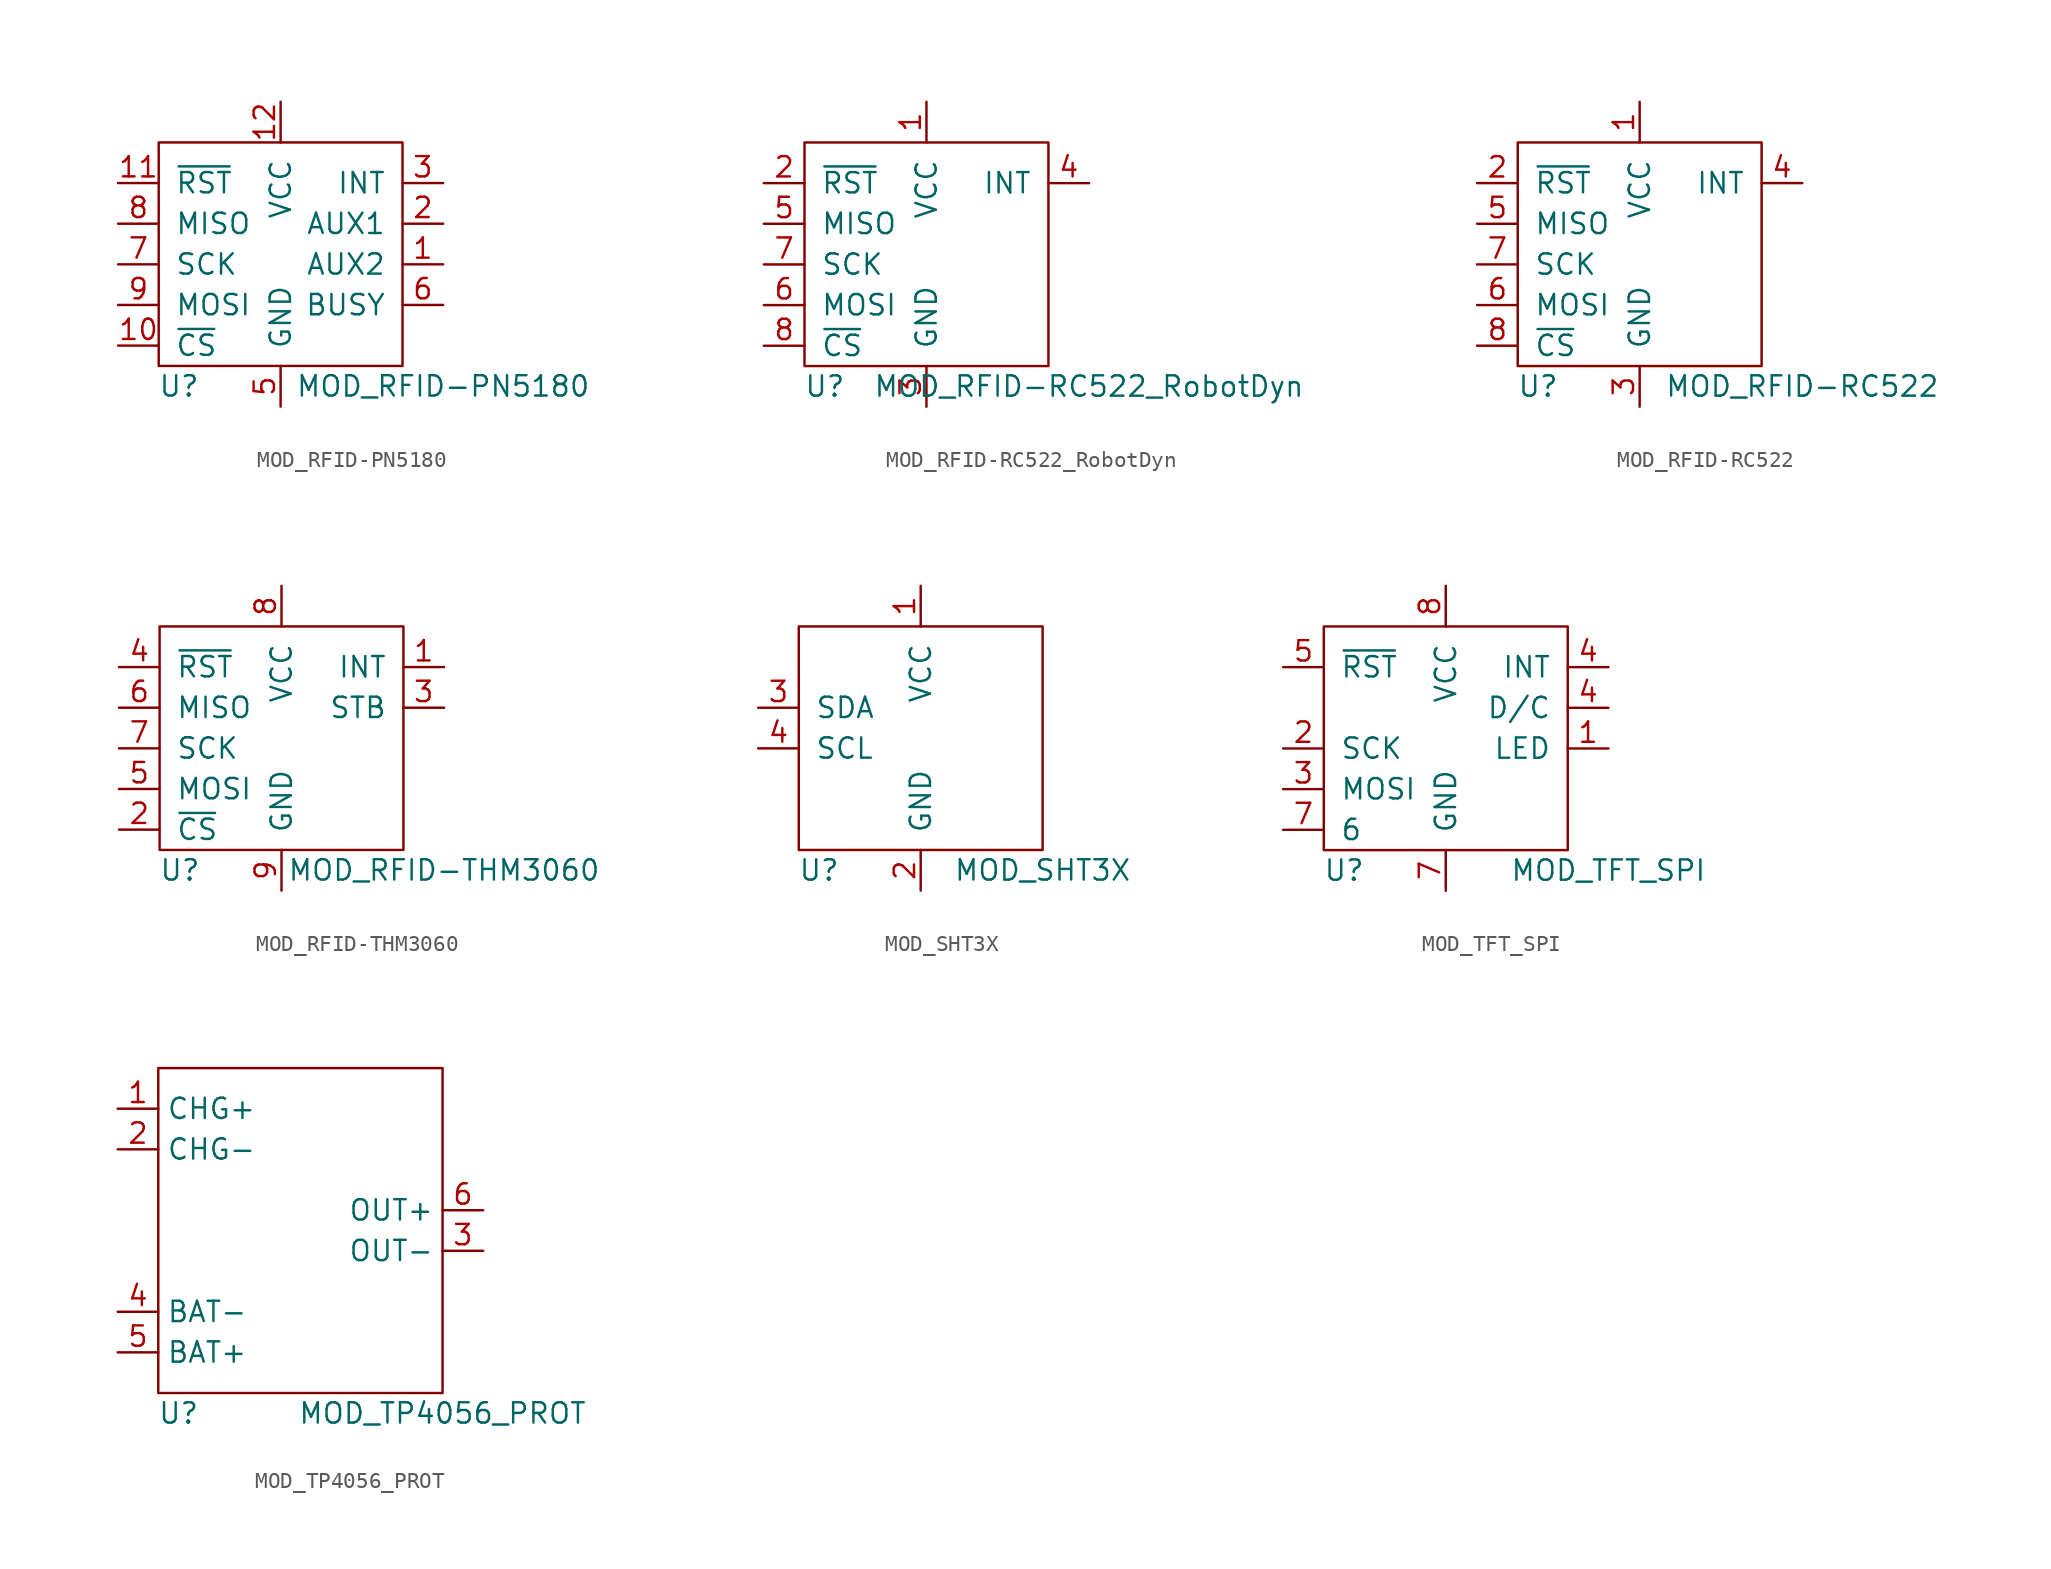
<source format=kicad_sym>
(kicad_symbol_lib
  (version 20211014)
  (generator kicad_symbol_editor)
  (symbol "MOD_RFID-PN5180"
    (pin_names
      (offset 1.016))
    (property "Reference" "U"
      (at -6.35 -8.89 0)
      (effects (font (size 1.27 1.27))))
    (property "Value" "MOD_RFID-PN5180"
      (at 10.16 -8.89 0)
      (effects (font (size 1.27 1.27))))
    (symbol "MOD_RFID-PN5180_1_1"
      (rectangle (start -7.62 6.35) (end 7.62 -7.62) (stroke (width 0) (type default) (color 0 0 0 0)) (fill (type none)))
      (pin bidirectional line (at 10.16 -1.27 180) (length 2.54) (name "AUX2" (effects (font (size 1.27 1.27)))) (number "1" (effects (font (size 1.27 1.27)))))
      (pin input line (at -10.16 -6.35 0) (length 2.54) (name "~{CS}" (effects (font (size 1.27 1.27)))) (number "10" (effects (font (size 1.27 1.27)))))
      (pin input line (at -10.16 3.81 0) (length 2.54) (name "~{RST}" (effects (font (size 1.27 1.27)))) (number "11" (effects (font (size 1.27 1.27)))))
      (pin power_in line (at 0 8.89 270) (length 2.54) (name "VCC" (effects (font (size 1.27 1.27)))) (number "12" (effects (font (size 1.27 1.27)))))
      (pin bidirectional line (at 10.16 1.27 180) (length 2.54) (name "AUX1" (effects (font (size 1.27 1.27)))) (number "2" (effects (font (size 1.27 1.27)))))
      (pin output line (at 10.16 3.81 180) (length 2.54) (name "INT" (effects (font (size 1.27 1.27)))) (number "3" (effects (font (size 1.27 1.27)))))
      (pin power_in line (at 0 -10.16 90) (length 2.54) (name "GND" (effects (font (size 1.27 1.27)))) (number "5" (effects (font (size 1.27 1.27)))))
      (pin output line (at 10.16 -3.81 180) (length 2.54) (name "BUSY" (effects (font (size 1.27 1.27)))) (number "6" (effects (font (size 1.27 1.27)))))
      (pin input line (at -10.16 -1.27 0) (length 2.54) (name "SCK" (effects (font (size 1.27 1.27)))) (number "7" (effects (font (size 1.27 1.27)))))
      (pin output line (at -10.16 1.27 0) (length 2.54) (name "MISO" (effects (font (size 1.27 1.27)))) (number "8" (effects (font (size 1.27 1.27)))))
      (pin input line (at -10.16 -3.81 0) (length 2.54) (name "MOSI" (effects (font (size 1.27 1.27)))) (number "9" (effects (font (size 1.27 1.27)))))))
  (symbol "MOD_RFID-RC522_RobotDyn"
    (pin_names
      (offset 1.016))
    (property "Reference" "U"
      (at -6.35 -8.89 0)
      (effects (font (size 1.27 1.27))))
    (property "Value" "MOD_RFID-RC522_RobotDyn"
      (at 10.16 -8.89 0)
      (effects (font (size 1.27 1.27))))
    (symbol "MOD_RFID-RC522_RobotDyn_1_1"
      (rectangle (start -7.62 6.35) (end 7.62 -7.62) (stroke (width 0) (type default) (color 0 0 0 0)) (fill (type none)))
      (pin power_in line (at 0 8.89 270) (length 2.54) (name "VCC" (effects (font (size 1.27 1.27)))) (number "1" (effects (font (size 1.27 1.27)))))
      (pin input line (at -10.16 3.81 0) (length 2.54) (name "~{RST}" (effects (font (size 1.27 1.27)))) (number "2" (effects (font (size 1.27 1.27)))))
      (pin power_in line (at 0 -10.16 90) (length 2.54) (name "GND" (effects (font (size 1.27 1.27)))) (number "3" (effects (font (size 1.27 1.27)))))
      (pin output line (at 10.16 3.81 180) (length 2.54) (name "INT" (effects (font (size 1.27 1.27)))) (number "4" (effects (font (size 1.27 1.27)))))
      (pin output line (at -10.16 1.27 0) (length 2.54) (name "MISO" (effects (font (size 1.27 1.27)))) (number "5" (effects (font (size 1.27 1.27)))))
      (pin input line (at -10.16 -3.81 0) (length 2.54) (name "MOSI" (effects (font (size 1.27 1.27)))) (number "6" (effects (font (size 1.27 1.27)))))
      (pin input line (at -10.16 -1.27 0) (length 2.54) (name "SCK" (effects (font (size 1.27 1.27)))) (number "7" (effects (font (size 1.27 1.27)))))
      (pin input line (at -10.16 -6.35 0) (length 2.54) (name "~{CS}" (effects (font (size 1.27 1.27)))) (number "8" (effects (font (size 1.27 1.27)))))))
  (symbol "MOD_RFID-RC522"
    (pin_names
      (offset 1.016))
    (property "Reference" "U"
      (at -6.35 -8.89 0)
      (effects (font (size 1.27 1.27))))
    (property "Value" "MOD_RFID-RC522"
      (at 10.16 -8.89 0)
      (effects (font (size 1.27 1.27))))
    (symbol "MOD_RFID-RC522_1_1"
      (rectangle (start -7.62 6.35) (end 7.62 -7.62) (stroke (width 0) (type default) (color 0 0 0 0)) (fill (type none)))
      (pin power_in line (at 0 8.89 270) (length 2.54) (name "VCC" (effects (font (size 1.27 1.27)))) (number "1" (effects (font (size 1.27 1.27)))))
      (pin input line (at -10.16 3.81 0) (length 2.54) (name "~{RST}" (effects (font (size 1.27 1.27)))) (number "2" (effects (font (size 1.27 1.27)))))
      (pin power_in line (at 0 -10.16 90) (length 2.54) (name "GND" (effects (font (size 1.27 1.27)))) (number "3" (effects (font (size 1.27 1.27)))))
      (pin output line (at 10.16 3.81 180) (length 2.54) (name "INT" (effects (font (size 1.27 1.27)))) (number "4" (effects (font (size 1.27 1.27)))))
      (pin output line (at -10.16 1.27 0) (length 2.54) (name "MISO" (effects (font (size 1.27 1.27)))) (number "5" (effects (font (size 1.27 1.27)))))
      (pin input line (at -10.16 -3.81 0) (length 2.54) (name "MOSI" (effects (font (size 1.27 1.27)))) (number "6" (effects (font (size 1.27 1.27)))))
      (pin input line (at -10.16 -1.27 0) (length 2.54) (name "SCK" (effects (font (size 1.27 1.27)))) (number "7" (effects (font (size 1.27 1.27)))))
      (pin input line (at -10.16 -6.35 0) (length 2.54) (name "~{CS}" (effects (font (size 1.27 1.27)))) (number "8" (effects (font (size 1.27 1.27)))))))
  (symbol "MOD_RFID-THM3060"
    (pin_names
      (offset 1.016))
    (property "Reference" "U"
      (at -6.35 -8.89 0)
      (effects (font (size 1.27 1.27))))
    (property "Value" "MOD_RFID-THM3060"
      (at 10.16 -8.89 0)
      (effects (font (size 1.27 1.27))))
    (symbol "MOD_RFID-THM3060_1_1"
      (rectangle (start -7.62 6.35) (end 7.62 -7.62) (stroke (width 0) (type default) (color 0 0 0 0)) (fill (type none)))
      (pin output line (at 10.16 3.81 180) (length 2.54) (name "INT" (effects (font (size 1.27 1.27)))) (number "1" (effects (font (size 1.27 1.27)))))
      (pin input line (at -10.16 -6.35 0) (length 2.54) (name "~{CS}" (effects (font (size 1.27 1.27)))) (number "2" (effects (font (size 1.27 1.27)))))
      (pin power_in line (at 10.16 1.27 180) (length 2.54) (name "STB" (effects (font (size 1.27 1.27)))) (number "3" (effects (font (size 1.27 1.27)))))
      (pin input line (at -10.16 3.81 0) (length 2.54) (name "~{RST}" (effects (font (size 1.27 1.27)))) (number "4" (effects (font (size 1.27 1.27)))))
      (pin input line (at -10.16 -3.81 0) (length 2.54) (name "MOSI" (effects (font (size 1.27 1.27)))) (number "5" (effects (font (size 1.27 1.27)))))
      (pin output line (at -10.16 1.27 0) (length 2.54) (name "MISO" (effects (font (size 1.27 1.27)))) (number "6" (effects (font (size 1.27 1.27)))))
      (pin input line (at -10.16 -1.27 0) (length 2.54) (name "SCK" (effects (font (size 1.27 1.27)))) (number "7" (effects (font (size 1.27 1.27)))))
      (pin power_in line (at 0 8.89 270) (length 2.54) (name "VCC" (effects (font (size 1.27 1.27)))) (number "8" (effects (font (size 1.27 1.27)))))
      (pin power_in line (at 0 -10.16 90) (length 2.54) (name "GND" (effects (font (size 1.27 1.27)))) (number "9" (effects (font (size 1.27 1.27)))))))
  (symbol "MOD_SHT3X"
    (pin_names
      (offset 1.016))
    (property "Reference" "U"
      (at -6.35 -8.89 0)
      (effects (font (size 1.27 1.27))))
    (property "Value" "MOD_SHT3X"
      (at 7.62 -8.89 0)
      (effects (font (size 1.27 1.27))))
    (symbol "MOD_SHT3X_0_1"
      (rectangle (start -7.62 6.35) (end 7.62 -7.62) (stroke (width 0) (type default) (color 0 0 0 0)) (fill (type none))))
    (symbol "MOD_SHT3X_1_1"
      (pin power_in line (at 0 8.89 270) (length 2.54) (name "VCC" (effects (font (size 1.27 1.27)))) (number "1" (effects (font (size 1.27 1.27)))))
      (pin power_in line (at 0 -10.16 90) (length 2.54) (name "GND" (effects (font (size 1.27 1.27)))) (number "2" (effects (font (size 1.27 1.27)))))
      (pin bidirectional line (at -10.16 1.27 0) (length 2.54) (name "SDA" (effects (font (size 1.27 1.27)))) (number "3" (effects (font (size 1.27 1.27)))))
      (pin bidirectional line (at -10.16 -1.27 0) (length 2.54) (name "SCL" (effects (font (size 1.27 1.27)))) (number "4" (effects (font (size 1.27 1.27)))))))
  (symbol "MOD_TFT_SPI"
    (pin_names
      (offset 1.016))
    (property "Reference" "U"
      (at -6.35 -8.89 0)
      (effects (font (size 1.27 1.27))))
    (property "Value" "MOD_TFT_SPI"
      (at 10.16 -8.89 0)
      (effects (font (size 1.27 1.27))))
    (symbol "MOD_TFT_SPI_1_1"
      (rectangle (start -7.62 6.35) (end 7.62 -7.62) (stroke (width 0) (type default) (color 0 0 0 0)) (fill (type none)))
      (pin input line (at 10.16 -1.27 180) (length 2.54) (name "LED" (effects (font (size 1.27 1.27)))) (number "1" (effects (font (size 1.27 1.27)))))
      (pin input line (at -10.16 -1.27 0) (length 2.54) (name "SCK" (effects (font (size 1.27 1.27)))) (number "2" (effects (font (size 1.27 1.27)))))
      (pin input line (at -10.16 -3.81 0) (length 2.54) (name "MOSI" (effects (font (size 1.27 1.27)))) (number "3" (effects (font (size 1.27 1.27)))))
      (pin input line (at 10.16 1.27 180) (length 2.54) (name "D/C" (effects (font (size 1.27 1.27)))) (number "4" (effects (font (size 1.27 1.27)))))
      (pin output line (at 10.16 3.81 180) (length 2.54) (name "INT" (effects (font (size 1.27 1.27)))) (number "4" (effects (font (size 1.27 1.27)))))
      (pin input line (at -10.16 3.81 0) (length 2.54) (name "~{RST}" (effects (font (size 1.27 1.27)))) (number "5" (effects (font (size 1.27 1.27)))))
      (pin input line (at -10.16 -6.35 0) (length 2.54) (name "6" (effects (font (size 1.27 1.27)))) (number "7" (effects (font (size 1.27 1.27)))))
      (pin power_in line (at 0 -10.16 90) (length 2.54) (name "GND" (effects (font (size 1.27 1.27)))) (number "7" (effects (font (size 1.27 1.27)))))
      (pin power_in line (at 0 8.89 270) (length 2.54) (name "VCC" (effects (font (size 1.27 1.27)))) (number "8" (effects (font (size 1.27 1.27)))))))
  (symbol "MOD_TP4056_PROT"
    (property "Reference" "U"
      (at -7.62 -11.43 0)
      (effects (font (size 1.27 1.27))))
    (property "Value" "MOD_TP4056_PROT"
      (at 8.89 -11.43 0)
      (effects (font (size 1.27 1.27))))
    (symbol "MOD_TP4056_PROT_0_1"
      (rectangle (start -8.89 10.16) (end 8.89 -10.16) (stroke (width 0) (type default) (color 0 0 0 0)) (fill (type none))))
    (symbol "MOD_TP4056_PROT_1_1"
      (pin power_in line (at -11.43 7.62 0) (length 2.54) (name "CHG+" (effects (font (size 1.27 1.27)))) (number "1" (effects (font (size 1.27 1.27)))))
      (pin power_in line (at -11.43 5.08 0) (length 2.54) (name "CHG-" (effects (font (size 1.27 1.27)))) (number "2" (effects (font (size 1.27 1.27)))))
      (pin power_out line (at 11.43 -1.27 180) (length 2.54) (name "OUT-" (effects (font (size 1.27 1.27)))) (number "3" (effects (font (size 1.27 1.27)))))
      (pin power_in line (at -11.43 -5.08 0) (length 2.54) (name "BAT-" (effects (font (size 1.27 1.27)))) (number "4" (effects (font (size 1.27 1.27)))))
      (pin power_in line (at -11.43 -7.62 0) (length 2.54) (name "BAT+" (effects (font (size 1.27 1.27)))) (number "5" (effects (font (size 1.27 1.27)))))
      (pin power_out line (at 11.43 1.27 180) (length 2.54) (name "OUT+" (effects (font (size 1.27 1.27)))) (number "6" (effects (font (size 1.27 1.27))))))))
</source>
